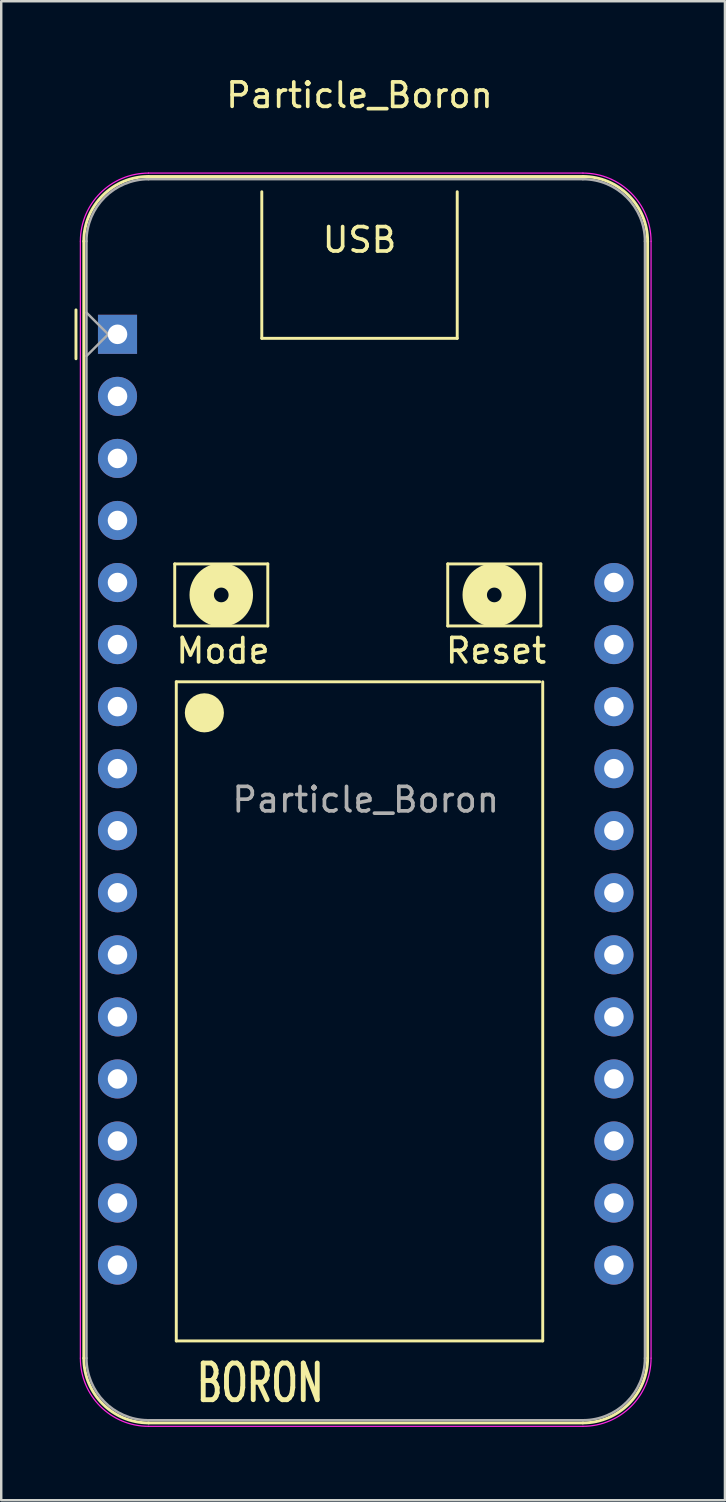
<source format=kicad_pcb>
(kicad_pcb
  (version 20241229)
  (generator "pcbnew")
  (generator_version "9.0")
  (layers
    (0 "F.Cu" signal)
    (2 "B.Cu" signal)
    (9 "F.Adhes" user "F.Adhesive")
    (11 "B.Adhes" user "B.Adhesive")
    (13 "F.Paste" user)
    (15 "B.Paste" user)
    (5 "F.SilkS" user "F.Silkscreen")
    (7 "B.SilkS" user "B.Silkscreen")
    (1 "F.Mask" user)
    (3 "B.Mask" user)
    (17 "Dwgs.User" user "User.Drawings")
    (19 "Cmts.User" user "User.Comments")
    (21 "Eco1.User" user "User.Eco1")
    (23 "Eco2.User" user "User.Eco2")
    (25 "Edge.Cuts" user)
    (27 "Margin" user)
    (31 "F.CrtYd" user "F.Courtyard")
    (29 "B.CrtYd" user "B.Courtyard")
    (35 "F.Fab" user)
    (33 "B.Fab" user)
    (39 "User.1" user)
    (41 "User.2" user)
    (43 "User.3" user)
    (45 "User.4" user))
  (footprint "Particle_Boron"
    (layer "F.Cu")
    (at 11.666 17.239)
    (property "Reference" "Particle_Boron" (at 0 -16.391 0) (layer "F.SilkS") (effects (font (size 1 1) (thickness 0.15))))
    (attr through_hole)
    (fp_line (start -11.606 -5.604) (end -11.606 -7.604) (stroke (width 0.12) (type solid)) (layer "F.SilkS"))
    (fp_line (start -11.286 -10.414) (end -11.286 35.306) (stroke (width 0.12) (type solid)) (layer "F.SilkS"))
    (fp_line (start -7.564 2.794) (end -3.754 2.794) (stroke (width 0.12) (type solid)) (layer "F.SilkS"))
    (fp_line (start -7.564 5.334) (end -7.564 2.794) (stroke (width 0.12) (type solid)) (layer "F.SilkS"))
    (fp_line (start -7.5 7.62) (end 7.38 7.62) (stroke (width 0.12) (type solid)) (layer "F.SilkS"))
    (fp_line (start -7.5 34.6) (end -7.5 7.62) (stroke (width 0.12) (type solid)) (layer "F.SilkS"))
    (fp_line (start -4 -6.44) (end -4 -12.44) (stroke (width 0.12) (type solid)) (layer "F.SilkS"))
    (fp_line (start -3.754 2.794) (end -3.754 5.334) (stroke (width 0.12) (type solid)) (layer "F.SilkS"))
    (fp_line (start -3.754 5.334) (end -7.564 5.334) (stroke (width 0.12) (type solid)) (layer "F.SilkS"))
    (fp_line (start 3.612 2.794) (end 7.422 2.794) (stroke (width 0.12) (type solid)) (layer "F.SilkS"))
    (fp_line (start 3.612 5.334) (end 3.612 2.794) (stroke (width 0.12) (type solid)) (layer "F.SilkS"))
    (fp_line (start 4 -6.44) (end -4 -6.44) (stroke (width 0.12) (type solid)) (layer "F.SilkS"))
    (fp_line (start 4 -6.44) (end 4 -12.44) (stroke (width 0.12) (type solid)) (layer "F.SilkS"))
    (fp_line (start 7.422 2.794) (end 7.422 5.334) (stroke (width 0.12) (type solid)) (layer "F.SilkS"))
    (fp_line (start 7.422 5.334) (end 3.612 5.334) (stroke (width 0.12) (type solid)) (layer "F.SilkS"))
    (fp_line (start 7.5 7.62) (end 7.5 34.6) (stroke (width 0.12) (type solid)) (layer "F.SilkS"))
    (fp_line (start 7.5 34.6) (end -7.5 34.6) (stroke (width 0.12) (type solid)) (layer "F.SilkS"))
    (fp_line (start 9.144 -13.064) (end -8.636 -13.064) (stroke (width 0.12) (type solid)) (layer "F.SilkS"))
    (fp_line (start 9.144 37.956) (end -8.636 37.956) (stroke (width 0.12) (type solid)) (layer "F.SilkS"))
    (fp_line (start 11.794 -10.414) (end 11.794 35.306) (stroke (width 0.12) (type solid)) (layer "F.SilkS"))
    (fp_arc (start -11.286 -10.414) (mid -10.509833 -12.287833) (end -8.636 -13.064) (stroke (width 0.12) (type solid)) (layer "F.SilkS"))
    (fp_arc (start -8.636 37.956) (mid -10.509833 37.179833) (end -11.286 35.306) (stroke (width 0.12) (type solid)) (layer "F.SilkS"))
    (fp_arc (start 9.144 -13.064) (mid 11.017833 -12.287833) (end 11.794 -10.414) (stroke (width 0.12) (type solid)) (layer "F.SilkS"))
    (fp_arc (start 11.794 35.306) (mid 11.017833 37.179833) (end 9.144 37.956) (stroke (width 0.12) (type solid)) (layer "F.SilkS"))
    (fp_circle (center -6.35 8.89) (end -6.75 8.89) (stroke (width 0.8) (type solid)) (fill no) (layer "F.SilkS"))
    (fp_circle (center -5.659 4.064) (end -5.659 3.764) (stroke (width 1) (type solid)) (fill no) (layer "F.SilkS"))
    (fp_circle (center 5.517 4.064) (end 5.517 3.764) (stroke (width 1) (type solid)) (fill no) (layer "F.SilkS"))
    (fp_line (start -11.426 35.306) (end -11.426 -10.414) (stroke (width 0.05) (type solid)) (layer "F.CrtYd"))
    (fp_line (start 9.144 -13.204) (end -8.636 -13.204) (stroke (width 0.05) (type solid)) (layer "F.CrtYd"))
    (fp_line (start 9.144 38.096) (end -8.636 38.096) (stroke (width 0.05) (type solid)) (layer "F.CrtYd"))
    (fp_line (start 11.934 35.306) (end 11.934 -10.414) (stroke (width 0.05) (type solid)) (layer "F.CrtYd"))
    (fp_arc (start -11.426 -10.414) (mid -10.608828 -12.386828) (end -8.636 -13.204) (stroke (width 0.05) (type solid)) (layer "F.CrtYd"))
    (fp_arc (start -8.636 38.096) (mid -10.608828 37.278828) (end -11.426 35.306) (stroke (width 0.05) (type solid)) (layer "F.CrtYd"))
    (fp_arc (start 9.144 -13.204) (mid 11.116828 -12.386828) (end 11.934 -10.414) (stroke (width 0.05) (type solid)) (layer "F.CrtYd"))
    (fp_arc (start 11.934 35.306) (mid 11.116828 37.278828) (end 9.144 38.096) (stroke (width 0.05) (type solid)) (layer "F.CrtYd"))
    (fp_line (start -11.176 -10.414) (end -11.176 35.306) (stroke (width 0.1) (type solid)) (layer "F.Fab"))
    (fp_line (start -11.176 -7.493) (end -10.287 -6.604) (stroke (width 0.1) (type solid)) (layer "F.Fab"))
    (fp_line (start -10.287 -6.604) (end -11.176 -5.715) (stroke (width 0.1) (type solid)) (layer "F.Fab"))
    (fp_line (start -8.636 37.846) (end 9.144 37.846) (stroke (width 0.1) (type solid)) (layer "F.Fab"))
    (fp_line (start 9.144 -12.954) (end -8.636 -12.954) (stroke (width 0.1) (type solid)) (layer "F.Fab"))
    (fp_line (start 11.684 35.306) (end 11.684 -10.414) (stroke (width 0.1) (type solid)) (layer "F.Fab"))
    (fp_arc (start -11.176 -10.414) (mid -10.432051 -12.210051) (end -8.636 -12.954) (stroke (width 0.1) (type solid)) (layer "F.Fab"))
    (fp_arc (start -8.684762 37.845532) (mid -10.449209 37.084728) (end -11.176 35.306) (stroke (width 0.1) (type solid)) (layer "F.Fab"))
    (fp_arc (start 9.144 -12.954) (mid 10.940051 -12.210051) (end 11.684 -10.414) (stroke (width 0.1) (type solid)) (layer "F.Fab"))
    (fp_arc (start 11.684 35.306) (mid 10.940051 37.102051) (end 9.144 37.846) (stroke (width 0.1) (type solid)) (layer "F.Fab"))
    (fp_text user "Reset" (at 5.588 6.35 0) (layer "F.SilkS") (effects (font (size 1 1) (thickness 0.15))))
    (fp_text user "USB" (at 0 -10.47 180) (layer "F.SilkS") (effects (font (size 1 1) (thickness 0.15))))
    (fp_text user "Mode" (at -5.588 6.35 180) (layer "F.SilkS") (effects (font (size 1 1) (thickness 0.15))))
    (fp_text user "BORON" (at -4.064 36.322 180) (layer "F.SilkS") (effects (font (size 1.5 1) (thickness 0.2))))
    (fp_text user "${REFERENCE}" (at 0.254 12.446 180) (layer "F.Fab") (effects (font (size 1 1) (thickness 0.15))))
    (pad "0" thru_hole circle (at 10.414 31.496 180) (size 1.6 1.6) (drill 0.8) (layers "*.Cu" "*.Mask"))
    (pad "1" thru_hole circle (at 10.414 28.956 180) (size 1.6 1.6) (drill 0.8) (layers "*.Cu" "*.Mask"))
    (pad "2" thru_hole circle (at 10.414 26.416 180) (size 1.6 1.6) (drill 0.8) (layers "*.Cu" "*.Mask"))
    (pad "3" thru_hole circle (at 10.414 23.876 180) (size 1.6 1.6) (drill 0.8) (layers "*.Cu" "*.Mask"))
    (pad "4" thru_hole circle (at 10.414 21.336 180) (size 1.6 1.6) (drill 0.8) (layers "*.Cu" "*.Mask"))
    (pad "5" thru_hole circle (at 10.414 18.796 180) (size 1.6 1.6) (drill 0.8) (layers "*.Cu" "*.Mask"))
    (pad "6" thru_hole circle (at 10.414 16.256 180) (size 1.6 1.6) (drill 0.8) (layers "*.Cu" "*.Mask"))
    (pad "7" thru_hole circle (at 10.414 13.716 180) (size 1.6 1.6) (drill 0.8) (layers "*.Cu" "*.Mask"))
    (pad "8" thru_hole circle (at 10.414 11.176 180) (size 1.6 1.6) (drill 0.8) (layers "*.Cu" "*.Mask"))
    (pad "9" thru_hole circle (at 10.414 8.636 180) (size 1.6 1.6) (drill 0.8) (layers "*.Cu" "*.Mask"))
    (pad "10" thru_hole circle (at 10.414 6.096 180) (size 1.6 1.6) (drill 0.8) (layers "*.Cu" "*.Mask"))
    (pad "11" thru_hole circle (at 10.414 3.556 180) (size 1.6 1.6) (drill 0.8) (layers "*.Cu" "*.Mask"))
    (pad "12" thru_hole circle (at -9.906 31.496 180) (size 1.6 1.6) (drill 0.8) (layers "*.Cu" "*.Mask"))
    (pad "13" thru_hole circle (at -9.906 28.956 180) (size 1.6 1.6) (drill 0.8) (layers "*.Cu" "*.Mask"))
    (pad "14" thru_hole circle (at -9.906 26.416 180) (size 1.6 1.6) (drill 0.8) (layers "*.Cu" "*.Mask"))
    (pad "15" thru_hole circle (at -9.906 23.876 180) (size 1.6 1.6) (drill 0.8) (layers "*.Cu" "*.Mask"))
    (pad "16" thru_hole circle (at -9.906 21.336 180) (size 1.6 1.6) (drill 0.8) (layers "*.Cu" "*.Mask"))
    (pad "17" thru_hole circle (at -9.906 18.796 180) (size 1.6 1.6) (drill 0.8) (layers "*.Cu" "*.Mask"))
    (pad "18" thru_hole circle (at -9.906 16.256 180) (size 1.6 1.6) (drill 0.8) (layers "*.Cu" "*.Mask"))
    (pad "19" thru_hole circle (at -9.906 13.716 180) (size 1.6 1.6) (drill 0.8) (layers "*.Cu" "*.Mask"))
    (pad "20" thru_hole circle (at -9.906 11.176 180) (size 1.6 1.6) (drill 0.8) (layers "*.Cu" "*.Mask"))
    (pad "21" thru_hole circle (at -9.906 8.636 180) (size 1.6 1.6) (drill 0.8) (layers "*.Cu" "*.Mask"))
    (pad "22" thru_hole circle (at -9.906 6.096 180) (size 1.6 1.6) (drill 0.8) (layers "*.Cu" "*.Mask"))
    (pad "23" thru_hole circle (at -9.906 3.556 180) (size 1.6 1.6) (drill 0.8) (layers "*.Cu" "*.Mask"))
    (pad "24" thru_hole circle (at -9.906 1.016 180) (size 1.6 1.6) (drill 0.8) (layers "*.Cu" "*.Mask"))
    (pad "25" thru_hole circle (at -9.906 -1.524 180) (size 1.6 1.6) (drill 0.8) (layers "*.Cu" "*.Mask"))
    (pad "26" thru_hole circle (at -9.906 -4.064 180) (size 1.6 1.6) (drill 0.8) (layers "*.Cu" "*.Mask"))
    (pad "27" thru_hole rect (at -9.906 -6.604 180) (size 1.6 1.6) (drill 0.8) (layers "*.Cu" "*.Mask")))
  (gr_rect
    (start -3 -3)
    (end 26.625 58.36)
    (stroke (width 0.1) (type default))
    (fill no)
    (layer "Edge.Cuts")))
</source>
